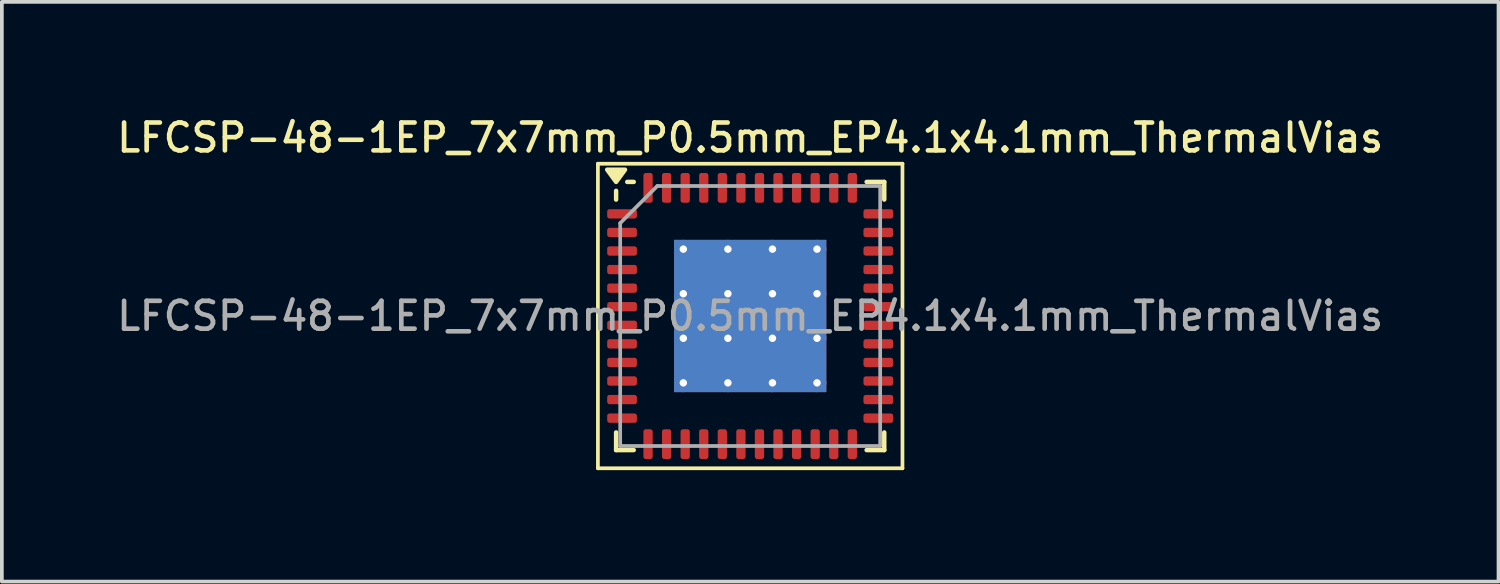
<source format=kicad_pcb>
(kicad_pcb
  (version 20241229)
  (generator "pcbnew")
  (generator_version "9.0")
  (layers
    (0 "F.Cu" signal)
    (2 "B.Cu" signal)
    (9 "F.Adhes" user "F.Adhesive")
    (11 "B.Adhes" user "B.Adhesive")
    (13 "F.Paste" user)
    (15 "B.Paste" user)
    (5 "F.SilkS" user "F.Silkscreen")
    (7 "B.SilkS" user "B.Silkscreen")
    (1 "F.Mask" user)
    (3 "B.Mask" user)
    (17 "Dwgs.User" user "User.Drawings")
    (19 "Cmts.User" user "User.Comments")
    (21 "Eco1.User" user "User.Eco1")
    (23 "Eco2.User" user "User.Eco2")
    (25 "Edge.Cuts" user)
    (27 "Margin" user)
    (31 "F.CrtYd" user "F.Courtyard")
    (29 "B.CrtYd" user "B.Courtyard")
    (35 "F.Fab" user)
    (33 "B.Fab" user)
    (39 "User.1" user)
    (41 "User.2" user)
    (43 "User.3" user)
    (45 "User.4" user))
  (footprint "LFCSP-48-1EP_7x7mm_P0.5mm_EP4.1x4.1mm_ThermalVias"
    (layer "F.Cu")
    (at 17.148 5.458)
    (property "Reference" "LFCSP-48-1EP_7x7mm_P0.5mm_EP4.1x4.1mm_ThermalVias" (at 0 -4.8 0) (layer "F.SilkS") (effects (font (size 0.75 0.75) (thickness 0.125))))
    (attr smd)
    (fp_line (start -4.1 -4.1) (end -4.1 4.1) (stroke (width 0.1) (type solid)) (layer "F.SilkS"))
    (fp_line (start -4.1 4.1) (end 4.1 4.1) (stroke (width 0.1) (type solid)) (layer "F.SilkS"))
    (fp_line (start -3.61 -3.135) (end -3.61 -3.37) (stroke (width 0.12) (type solid)) (layer "F.SilkS"))
    (fp_line (start -3.61 3.61) (end -3.61 3.135) (stroke (width 0.12) (type solid)) (layer "F.SilkS"))
    (fp_line (start -3.135 -3.61) (end -3.31 -3.61) (stroke (width 0.12) (type solid)) (layer "F.SilkS"))
    (fp_line (start -3.135 3.61) (end -3.61 3.61) (stroke (width 0.12) (type solid)) (layer "F.SilkS"))
    (fp_line (start 3.135 -3.61) (end 3.61 -3.61) (stroke (width 0.12) (type solid)) (layer "F.SilkS"))
    (fp_line (start 3.135 3.61) (end 3.61 3.61) (stroke (width 0.12) (type solid)) (layer "F.SilkS"))
    (fp_line (start 3.61 -3.61) (end 3.61 -3.135) (stroke (width 0.12) (type solid)) (layer "F.SilkS"))
    (fp_line (start 3.61 3.61) (end 3.61 3.135) (stroke (width 0.12) (type solid)) (layer "F.SilkS"))
    (fp_line (start 4.1 -4.1) (end -4.1 -4.1) (stroke (width 0.1) (type solid)) (layer "F.SilkS"))
    (fp_line (start 4.1 4.1) (end 4.1 -4.1) (stroke (width 0.1) (type solid)) (layer "F.SilkS"))
    (fp_poly (pts (xy -3.61 -3.61) (xy -3.85 -3.94) (xy -3.37 -3.94) (xy -3.61 -3.61)) (stroke (width 0.12) (type solid)) (fill yes) (layer "F.SilkS"))
    (fp_line (start -3.5 -2.5) (end -2.5 -3.5) (stroke (width 0.1) (type solid)) (layer "F.Fab"))
    (fp_line (start -3.5 3.5) (end -3.5 -2.5) (stroke (width 0.1) (type solid)) (layer "F.Fab"))
    (fp_line (start -2.5 -3.5) (end 3.5 -3.5) (stroke (width 0.1) (type solid)) (layer "F.Fab"))
    (fp_line (start 3.5 -3.5) (end 3.5 3.5) (stroke (width 0.1) (type solid)) (layer "F.Fab"))
    (fp_line (start 3.5 3.5) (end -3.5 3.5) (stroke (width 0.1) (type solid)) (layer "F.Fab"))
    (fp_text user "${REFERENCE}" (at 0 0 0) (layer "F.Fab") (effects (font (size 0.75 0.75) (thickness 0.125))))
    (pad "" smd roundrect (at -1.37 -1.37) (size 1.14 1.14) (layers "F.Paste") (roundrect_rratio 0.219))
    (pad "" smd roundrect (at -1.37 0) (size 1.14 1.14) (layers "F.Paste") (roundrect_rratio 0.219))
    (pad "" smd roundrect (at -1.37 1.37) (size 1.14 1.14) (layers "F.Paste") (roundrect_rratio 0.219))
    (pad "" smd roundrect (at 0 -1.37) (size 1.14 1.14) (layers "F.Paste") (roundrect_rratio 0.219))
    (pad "" smd roundrect (at 0 0) (size 1.14 1.14) (layers "F.Paste") (roundrect_rratio 0.219))
    (pad "" smd roundrect (at 0 1.37) (size 1.14 1.14) (layers "F.Paste") (roundrect_rratio 0.219))
    (pad "" smd roundrect (at 1.37 -1.37) (size 1.14 1.14) (layers "F.Paste") (roundrect_rratio 0.219))
    (pad "" smd roundrect (at 1.37 0) (size 1.14 1.14) (layers "F.Paste") (roundrect_rratio 0.219))
    (pad "" smd roundrect (at 1.37 1.37) (size 1.14 1.14) (layers "F.Paste") (roundrect_rratio 0.219))
    (pad "1" smd roundrect (at -3.45 -2.75) (size 0.8 0.25) (layers "F.Cu" "F.Mask" "F.Paste") (roundrect_rratio 0.25))
    (pad "2" smd roundrect (at -3.45 -2.25) (size 0.8 0.25) (layers "F.Cu" "F.Mask" "F.Paste") (roundrect_rratio 0.25))
    (pad "3" smd roundrect (at -3.45 -1.75) (size 0.8 0.25) (layers "F.Cu" "F.Mask" "F.Paste") (roundrect_rratio 0.25))
    (pad "4" smd roundrect (at -3.45 -1.25) (size 0.8 0.25) (layers "F.Cu" "F.Mask" "F.Paste") (roundrect_rratio 0.25))
    (pad "5" smd roundrect (at -3.45 -0.75) (size 0.8 0.25) (layers "F.Cu" "F.Mask" "F.Paste") (roundrect_rratio 0.25))
    (pad "6" smd roundrect (at -3.45 -0.25) (size 0.8 0.25) (layers "F.Cu" "F.Mask" "F.Paste") (roundrect_rratio 0.25))
    (pad "7" smd roundrect (at -3.45 0.25) (size 0.8 0.25) (layers "F.Cu" "F.Mask" "F.Paste") (roundrect_rratio 0.25))
    (pad "8" smd roundrect (at -3.45 0.75) (size 0.8 0.25) (layers "F.Cu" "F.Mask" "F.Paste") (roundrect_rratio 0.25))
    (pad "9" smd roundrect (at -3.45 1.25) (size 0.8 0.25) (layers "F.Cu" "F.Mask" "F.Paste") (roundrect_rratio 0.25))
    (pad "10" smd roundrect (at -3.45 1.75) (size 0.8 0.25) (layers "F.Cu" "F.Mask" "F.Paste") (roundrect_rratio 0.25))
    (pad "11" smd roundrect (at -3.45 2.25) (size 0.8 0.25) (layers "F.Cu" "F.Mask" "F.Paste") (roundrect_rratio 0.25))
    (pad "12" smd roundrect (at -3.45 2.75) (size 0.8 0.25) (layers "F.Cu" "F.Mask" "F.Paste") (roundrect_rratio 0.25))
    (pad "13" smd roundrect (at -2.75 3.45) (size 0.25 0.8) (layers "F.Cu" "F.Mask" "F.Paste") (roundrect_rratio 0.25))
    (pad "14" smd roundrect (at -2.25 3.45) (size 0.25 0.8) (layers "F.Cu" "F.Mask" "F.Paste") (roundrect_rratio 0.25))
    (pad "15" smd roundrect (at -1.75 3.45) (size 0.25 0.8) (layers "F.Cu" "F.Mask" "F.Paste") (roundrect_rratio 0.25))
    (pad "16" smd roundrect (at -1.25 3.45) (size 0.25 0.8) (layers "F.Cu" "F.Mask" "F.Paste") (roundrect_rratio 0.25))
    (pad "17" smd roundrect (at -0.75 3.45) (size 0.25 0.8) (layers "F.Cu" "F.Mask" "F.Paste") (roundrect_rratio 0.25))
    (pad "18" smd roundrect (at -0.25 3.45) (size 0.25 0.8) (layers "F.Cu" "F.Mask" "F.Paste") (roundrect_rratio 0.25))
    (pad "19" smd roundrect (at 0.25 3.45) (size 0.25 0.8) (layers "F.Cu" "F.Mask" "F.Paste") (roundrect_rratio 0.25))
    (pad "20" smd roundrect (at 0.75 3.45) (size 0.25 0.8) (layers "F.Cu" "F.Mask" "F.Paste") (roundrect_rratio 0.25))
    (pad "21" smd roundrect (at 1.25 3.45) (size 0.25 0.8) (layers "F.Cu" "F.Mask" "F.Paste") (roundrect_rratio 0.25))
    (pad "22" smd roundrect (at 1.75 3.45) (size 0.25 0.8) (layers "F.Cu" "F.Mask" "F.Paste") (roundrect_rratio 0.25))
    (pad "23" smd roundrect (at 2.25 3.45) (size 0.25 0.8) (layers "F.Cu" "F.Mask" "F.Paste") (roundrect_rratio 0.25))
    (pad "24" smd roundrect (at 2.75 3.45) (size 0.25 0.8) (layers "F.Cu" "F.Mask" "F.Paste") (roundrect_rratio 0.25))
    (pad "25" smd roundrect (at 3.45 2.75) (size 0.8 0.25) (layers "F.Cu" "F.Mask" "F.Paste") (roundrect_rratio 0.25))
    (pad "26" smd roundrect (at 3.45 2.25) (size 0.8 0.25) (layers "F.Cu" "F.Mask" "F.Paste") (roundrect_rratio 0.25))
    (pad "27" smd roundrect (at 3.45 1.75) (size 0.8 0.25) (layers "F.Cu" "F.Mask" "F.Paste") (roundrect_rratio 0.25))
    (pad "28" smd roundrect (at 3.45 1.25) (size 0.8 0.25) (layers "F.Cu" "F.Mask" "F.Paste") (roundrect_rratio 0.25))
    (pad "29" smd roundrect (at 3.45 0.75) (size 0.8 0.25) (layers "F.Cu" "F.Mask" "F.Paste") (roundrect_rratio 0.25))
    (pad "30" smd roundrect (at 3.45 0.25) (size 0.8 0.25) (layers "F.Cu" "F.Mask" "F.Paste") (roundrect_rratio 0.25))
    (pad "31" smd roundrect (at 3.45 -0.25) (size 0.8 0.25) (layers "F.Cu" "F.Mask" "F.Paste") (roundrect_rratio 0.25))
    (pad "32" smd roundrect (at 3.45 -0.75) (size 0.8 0.25) (layers "F.Cu" "F.Mask" "F.Paste") (roundrect_rratio 0.25))
    (pad "33" smd roundrect (at 3.45 -1.25) (size 0.8 0.25) (layers "F.Cu" "F.Mask" "F.Paste") (roundrect_rratio 0.25))
    (pad "34" smd roundrect (at 3.45 -1.75) (size 0.8 0.25) (layers "F.Cu" "F.Mask" "F.Paste") (roundrect_rratio 0.25))
    (pad "35" smd roundrect (at 3.45 -2.25) (size 0.8 0.25) (layers "F.Cu" "F.Mask" "F.Paste") (roundrect_rratio 0.25))
    (pad "36" smd roundrect (at 3.45 -2.75) (size 0.8 0.25) (layers "F.Cu" "F.Mask" "F.Paste") (roundrect_rratio 0.25))
    (pad "37" smd roundrect (at 2.75 -3.45) (size 0.25 0.8) (layers "F.Cu" "F.Mask" "F.Paste") (roundrect_rratio 0.25))
    (pad "38" smd roundrect (at 2.25 -3.45) (size 0.25 0.8) (layers "F.Cu" "F.Mask" "F.Paste") (roundrect_rratio 0.25))
    (pad "39" smd roundrect (at 1.75 -3.45) (size 0.25 0.8) (layers "F.Cu" "F.Mask" "F.Paste") (roundrect_rratio 0.25))
    (pad "40" smd roundrect (at 1.25 -3.45) (size 0.25 0.8) (layers "F.Cu" "F.Mask" "F.Paste") (roundrect_rratio 0.25))
    (pad "41" smd roundrect (at 0.75 -3.45) (size 0.25 0.8) (layers "F.Cu" "F.Mask" "F.Paste") (roundrect_rratio 0.25))
    (pad "42" smd roundrect (at 0.25 -3.45) (size 0.25 0.8) (layers "F.Cu" "F.Mask" "F.Paste") (roundrect_rratio 0.25))
    (pad "43" smd roundrect (at -0.25 -3.45) (size 0.25 0.8) (layers "F.Cu" "F.Mask" "F.Paste") (roundrect_rratio 0.25))
    (pad "44" smd roundrect (at -0.75 -3.45) (size 0.25 0.8) (layers "F.Cu" "F.Mask" "F.Paste") (roundrect_rratio 0.25))
    (pad "45" smd roundrect (at -1.25 -3.45) (size 0.25 0.8) (layers "F.Cu" "F.Mask" "F.Paste") (roundrect_rratio 0.25))
    (pad "46" smd roundrect (at -1.75 -3.45) (size 0.25 0.8) (layers "F.Cu" "F.Mask" "F.Paste") (roundrect_rratio 0.25))
    (pad "47" smd roundrect (at -2.25 -3.45) (size 0.25 0.8) (layers "F.Cu" "F.Mask" "F.Paste") (roundrect_rratio 0.25))
    (pad "48" smd roundrect (at -2.75 -3.45) (size 0.25 0.8) (layers "F.Cu" "F.Mask" "F.Paste") (roundrect_rratio 0.25))
    (pad "49" thru_hole circle (at -1.8 -1.8) (size 0.5 0.5) (drill 0.2) (property pad_prop_heatsink) (layers "*.Cu"))
    (pad "49" thru_hole circle (at -1.8 -0.6) (size 0.5 0.5) (drill 0.2) (property pad_prop_heatsink) (layers "*.Cu"))
    (pad "49" thru_hole circle (at -1.8 0.6) (size 0.5 0.5) (drill 0.2) (property pad_prop_heatsink) (layers "*.Cu"))
    (pad "49" thru_hole circle (at -1.8 1.8) (size 0.5 0.5) (drill 0.2) (property pad_prop_heatsink) (layers "*.Cu"))
    (pad "49" thru_hole circle (at -0.6 -1.8) (size 0.5 0.5) (drill 0.2) (property pad_prop_heatsink) (layers "*.Cu"))
    (pad "49" thru_hole circle (at -0.6 -0.6) (size 0.5 0.5) (drill 0.2) (property pad_prop_heatsink) (layers "*.Cu"))
    (pad "49" thru_hole circle (at -0.6 0.6) (size 0.5 0.5) (drill 0.2) (property pad_prop_heatsink) (layers "*.Cu"))
    (pad "49" thru_hole circle (at -0.6 1.8) (size 0.5 0.5) (drill 0.2) (property pad_prop_heatsink) (layers "*.Cu"))
    (pad "49" smd rect (at 0 0) (size 4.1 4.1) (property pad_prop_heatsink) (layers "F.Cu" "F.Mask"))
    (pad "49" smd rect (at 0 0) (size 4.1 4.1) (property pad_prop_heatsink) (layers "B.Cu"))
    (pad "49" thru_hole circle (at 0.6 -1.8) (size 0.5 0.5) (drill 0.2) (property pad_prop_heatsink) (layers "*.Cu"))
    (pad "49" thru_hole circle (at 0.6 -0.6) (size 0.5 0.5) (drill 0.2) (property pad_prop_heatsink) (layers "*.Cu"))
    (pad "49" thru_hole circle (at 0.6 0.6) (size 0.5 0.5) (drill 0.2) (property pad_prop_heatsink) (layers "*.Cu"))
    (pad "49" thru_hole circle (at 0.6 1.8) (size 0.5 0.5) (drill 0.2) (property pad_prop_heatsink) (layers "*.Cu"))
    (pad "49" thru_hole circle (at 1.8 -1.8) (size 0.5 0.5) (drill 0.2) (property pad_prop_heatsink) (layers "*.Cu"))
    (pad "49" thru_hole circle (at 1.8 -0.6) (size 0.5 0.5) (drill 0.2) (property pad_prop_heatsink) (layers "*.Cu"))
    (pad "49" thru_hole circle (at 1.8 0.6) (size 0.5 0.5) (drill 0.2) (property pad_prop_heatsink) (layers "*.Cu"))
    (pad "49" thru_hole circle (at 1.8 1.8) (size 0.5 0.5) (drill 0.2) (property pad_prop_heatsink) (layers "*.Cu")))
  (gr_rect
    (start -3 -3)
    (end 37.296 12.608)
    (stroke (width 0.1) (type default))
    (fill no)
    (layer "Edge.Cuts")))
</source>
